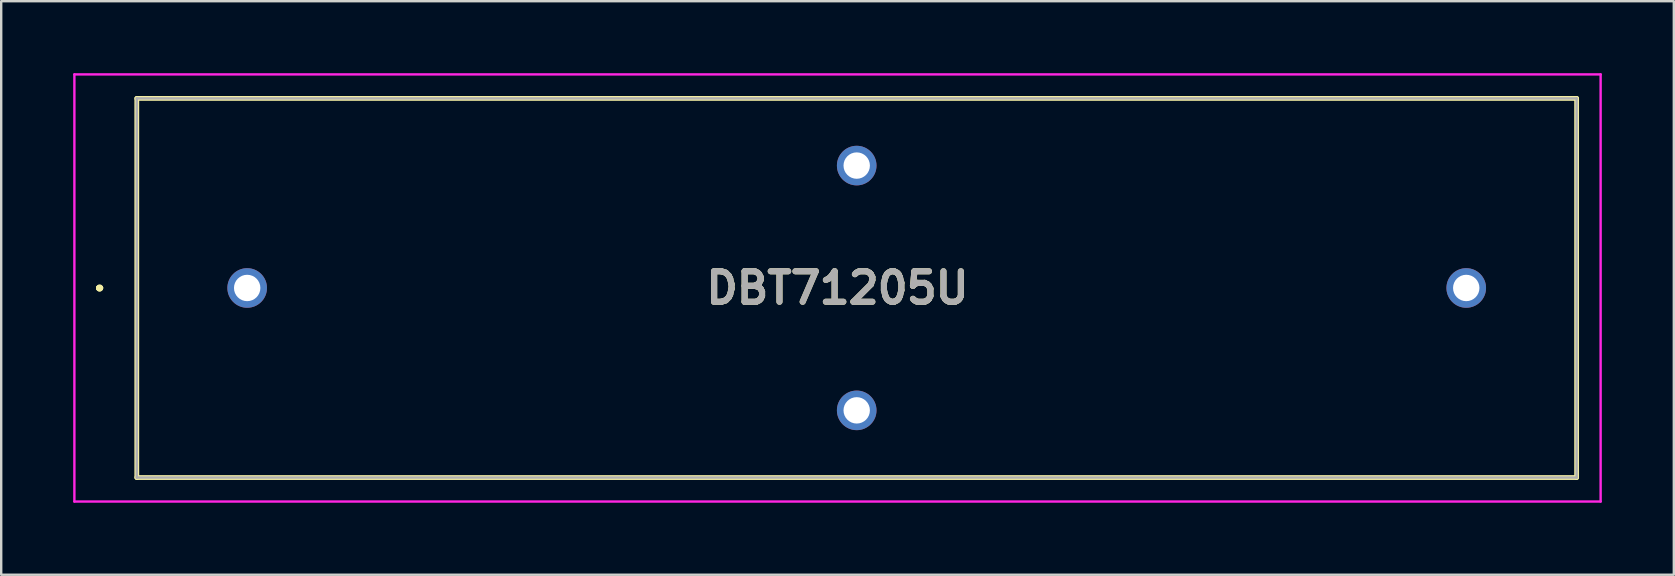
<source format=kicad_pcb>
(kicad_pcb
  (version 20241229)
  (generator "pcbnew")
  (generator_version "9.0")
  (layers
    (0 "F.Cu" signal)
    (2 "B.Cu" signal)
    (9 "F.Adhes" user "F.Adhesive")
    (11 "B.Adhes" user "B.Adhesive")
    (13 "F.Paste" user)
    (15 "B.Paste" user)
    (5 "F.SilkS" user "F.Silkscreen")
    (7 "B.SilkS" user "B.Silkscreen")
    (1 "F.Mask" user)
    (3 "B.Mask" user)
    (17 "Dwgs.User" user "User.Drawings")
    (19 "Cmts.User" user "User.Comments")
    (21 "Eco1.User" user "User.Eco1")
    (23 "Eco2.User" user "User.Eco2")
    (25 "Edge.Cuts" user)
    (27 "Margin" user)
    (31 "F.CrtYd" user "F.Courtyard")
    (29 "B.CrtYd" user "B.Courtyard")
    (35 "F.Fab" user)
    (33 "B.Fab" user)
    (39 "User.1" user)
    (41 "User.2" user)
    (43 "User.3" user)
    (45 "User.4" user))
  (footprint "DBT71205U"
    (layer "F.Cu")
    (at 7.25 8.95)
    (property "Reference" "DBT71205U" (at 24.6 0 0) (layer "F.SilkS") (effects (font (size 1.27 1.27) (thickness 0.254))))
    (attr through_hole)
    (fp_line (start -6.2 0) (end -6.2 0) (stroke (width 0.2) (type solid)) (layer "F.SilkS"))
    (fp_line (start -6.2 0) (end -6.2 0) (stroke (width 0.2) (type solid)) (layer "F.SilkS"))
    (fp_line (start -6.1 0) (end -6.1 0) (stroke (width 0.2) (type solid)) (layer "F.SilkS"))
    (fp_line (start -4.6 -7.9) (end -4.6 7.9) (stroke (width 0.2) (type solid)) (layer "F.SilkS"))
    (fp_line (start -4.6 7.9) (end 55.4 7.9) (stroke (width 0.2) (type solid)) (layer "F.SilkS"))
    (fp_line (start 55.4 -7.9) (end -4.6 -7.9) (stroke (width 0.2) (type solid)) (layer "F.SilkS"))
    (fp_line (start 55.4 7.9) (end 55.4 -7.9) (stroke (width 0.2) (type solid)) (layer "F.SilkS"))
    (fp_arc (start -6.2 0) (mid -6.15 -0.05) (end -6.1 0) (stroke (width 0.2) (type solid)) (layer "F.SilkS"))
    (fp_arc (start -6.1 0) (mid -6.15 0.05) (end -6.2 0) (stroke (width 0.2) (type solid)) (layer "F.SilkS"))
    (fp_arc (start -6.1 0) (mid -6.15 0.05) (end -6.2 0) (stroke (width 0.2) (type solid)) (layer "F.SilkS"))
    (fp_line (start -7.2 -8.9) (end -7.2 8.9) (stroke (width 0.1) (type solid)) (layer "F.CrtYd"))
    (fp_line (start -7.2 8.9) (end 56.4 8.9) (stroke (width 0.1) (type solid)) (layer "F.CrtYd"))
    (fp_line (start 56.4 -8.9) (end -7.2 -8.9) (stroke (width 0.1) (type solid)) (layer "F.CrtYd"))
    (fp_line (start 56.4 8.9) (end 56.4 -8.9) (stroke (width 0.1) (type solid)) (layer "F.CrtYd"))
    (fp_line (start -4.6 -7.9) (end 55.4 -7.9) (stroke (width 0.1) (type solid)) (layer "F.Fab"))
    (fp_line (start -4.6 7.9) (end -4.6 -7.9) (stroke (width 0.1) (type solid)) (layer "F.Fab"))
    (fp_line (start 55.4 -7.9) (end 55.4 7.9) (stroke (width 0.1) (type solid)) (layer "F.Fab"))
    (fp_line (start 55.4 7.9) (end -4.6 7.9) (stroke (width 0.1) (type solid)) (layer "F.Fab"))
    (fp_text user "${REFERENCE}" (at 24.6 0 0) (layer "F.Fab") (effects (font (size 1.27 1.27) (thickness 0.254))))
    (pad "1" thru_hole circle (at 0 0) (size 1.65 1.65) (drill 1.1) (layers "*.Cu" "*.Mask"))
    (pad "2" thru_hole circle (at 50.8 0) (size 1.65 1.65) (drill 1.1) (layers "*.Cu" "*.Mask"))
    (pad "3" thru_hole circle (at 25.4 5.1) (size 1.65 1.65) (drill 1.1) (layers "*.Cu" "*.Mask"))
    (pad "4" thru_hole circle (at 25.4 -5.1) (size 1.65 1.65) (drill 1.1) (layers "*.Cu" "*.Mask")))
  (gr_rect
    (start -3 -3)
    (end 66.7 20.9)
    (stroke (width 0.1) (type default))
    (fill no)
    (layer "Edge.Cuts")))
</source>
